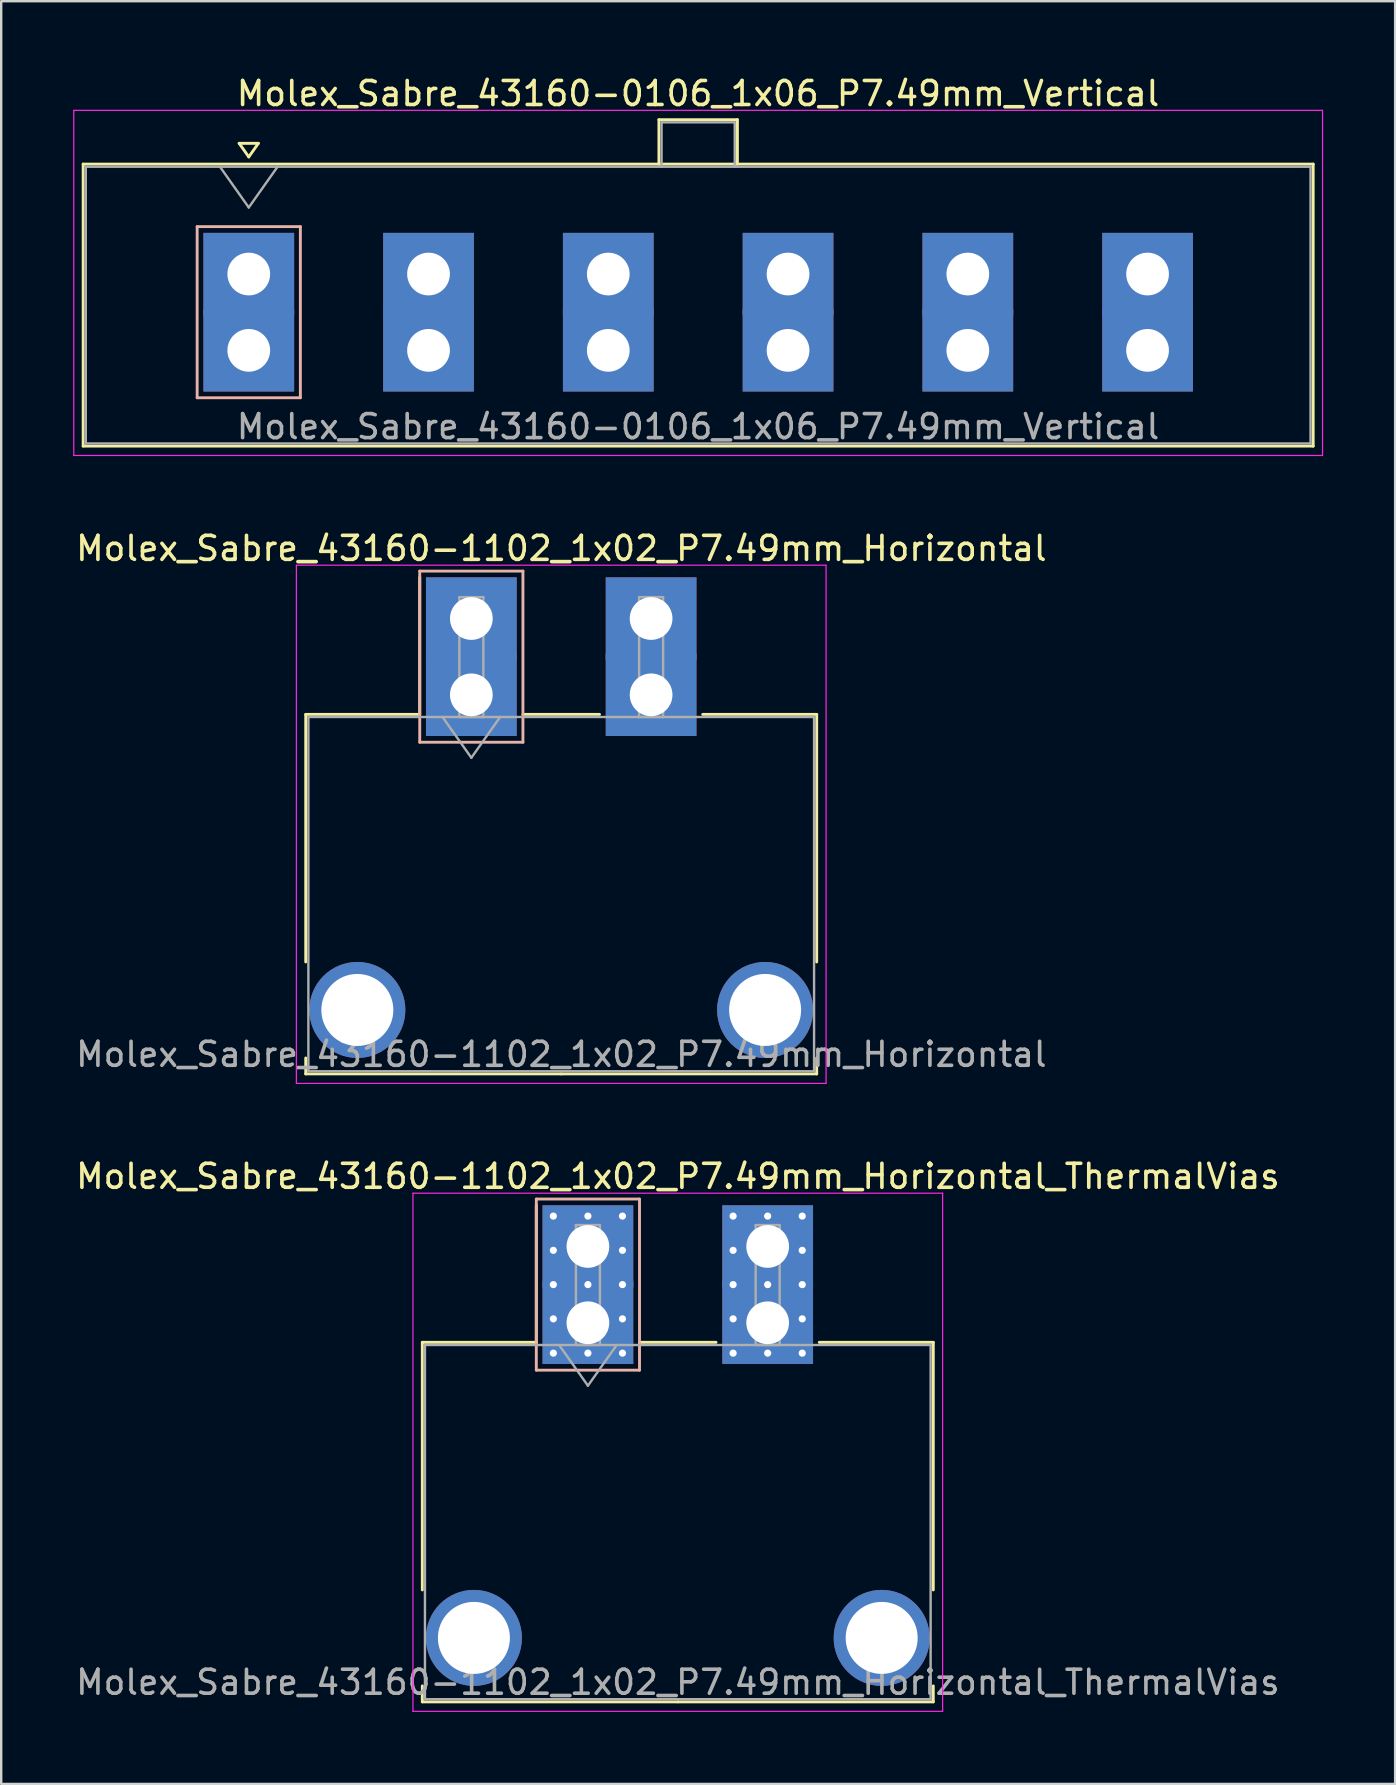
<source format=kicad_pcb>
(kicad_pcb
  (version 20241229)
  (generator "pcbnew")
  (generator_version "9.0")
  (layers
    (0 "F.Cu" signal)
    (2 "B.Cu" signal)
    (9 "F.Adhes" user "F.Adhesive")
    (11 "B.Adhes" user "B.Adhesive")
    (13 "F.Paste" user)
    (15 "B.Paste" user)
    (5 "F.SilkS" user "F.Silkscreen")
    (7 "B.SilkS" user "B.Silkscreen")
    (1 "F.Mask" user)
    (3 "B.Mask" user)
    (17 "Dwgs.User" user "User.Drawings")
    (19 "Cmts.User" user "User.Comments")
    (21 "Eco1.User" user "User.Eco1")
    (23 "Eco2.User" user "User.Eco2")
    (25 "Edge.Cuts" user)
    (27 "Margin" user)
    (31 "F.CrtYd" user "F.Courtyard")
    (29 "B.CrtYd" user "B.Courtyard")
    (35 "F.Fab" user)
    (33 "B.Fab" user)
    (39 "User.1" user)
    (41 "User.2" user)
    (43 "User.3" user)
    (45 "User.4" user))
  (footprint "Molex_Sabre_43160-0106_1x06_P7.49mm_Vertical"
    (layer "F.Cu")
    (at 7.315 11.548)
    (property "Reference" "Molex_Sabre_43160-0106_1x06_P7.49mm_Vertical" (at 18.72 -10.7 0) (layer "F.SilkS") (effects (font (size 1 1) (thickness 0.15))))
    (attr through_hole)
    (fp_line (start -6.9 -7.76) (end -6.9 3.99) (stroke (width 0.12) (type solid)) (layer "F.SilkS"))
    (fp_line (start -6.9 3.99) (end 44.35 3.99) (stroke (width 0.12) (type solid)) (layer "F.SilkS"))
    (fp_line (start -0.4 -8.626) (end 0 -8.06) (stroke (width 0.12) (type solid)) (layer "F.SilkS"))
    (fp_line (start 0 -8.06) (end 0.4 -8.626) (stroke (width 0.12) (type solid)) (layer "F.SilkS"))
    (fp_line (start 0.4 -8.626) (end -0.4 -8.626) (stroke (width 0.12) (type solid)) (layer "F.SilkS"))
    (fp_line (start 17.09 -9.61) (end 20.36 -9.61) (stroke (width 0.12) (type solid)) (layer "F.SilkS"))
    (fp_line (start 17.09 -7.76) (end 17.09 -9.61) (stroke (width 0.12) (type solid)) (layer "F.SilkS"))
    (fp_line (start 20.36 -9.61) (end 20.36 -7.76) (stroke (width 0.12) (type solid)) (layer "F.SilkS"))
    (fp_line (start 44.35 -7.76) (end -6.9 -7.76) (stroke (width 0.12) (type solid)) (layer "F.SilkS"))
    (fp_line (start 44.35 3.99) (end 44.35 -7.76) (stroke (width 0.12) (type solid)) (layer "F.SilkS"))
    (fp_line (start -2.15 -5.155) (end -2.15 1.975) (stroke (width 0.12) (type solid)) (layer "B.SilkS"))
    (fp_line (start -2.15 1.975) (end 2.15 1.975) (stroke (width 0.12) (type solid)) (layer "B.SilkS"))
    (fp_line (start 2.15 -5.155) (end -2.15 -5.155) (stroke (width 0.12) (type solid)) (layer "B.SilkS"))
    (fp_line (start 2.15 1.975) (end 2.15 -5.155) (stroke (width 0.12) (type solid)) (layer "B.SilkS"))
    (fp_line (start -7.29 -10) (end -7.29 4.38) (stroke (width 0.05) (type solid)) (layer "F.CrtYd"))
    (fp_line (start -7.29 4.38) (end 44.74 4.38) (stroke (width 0.05) (type solid)) (layer "F.CrtYd"))
    (fp_line (start 44.74 -10) (end -7.29 -10) (stroke (width 0.05) (type solid)) (layer "F.CrtYd"))
    (fp_line (start 44.74 4.38) (end 44.74 -10) (stroke (width 0.05) (type solid)) (layer "F.CrtYd"))
    (fp_line (start -6.79 -7.65) (end -6.79 3.88) (stroke (width 0.1) (type solid)) (layer "F.Fab"))
    (fp_line (start -6.79 3.88) (end 44.24 3.88) (stroke (width 0.1) (type solid)) (layer "F.Fab"))
    (fp_line (start -1.2 -7.65) (end 0 -5.953) (stroke (width 0.1) (type solid)) (layer "F.Fab"))
    (fp_line (start 0 -5.953) (end 1.2 -7.65) (stroke (width 0.1) (type solid)) (layer "F.Fab"))
    (fp_line (start 17.2 -9.5) (end 20.25 -9.5) (stroke (width 0.1) (type solid)) (layer "F.Fab"))
    (fp_line (start 17.2 -7.65) (end 17.2 -9.5) (stroke (width 0.1) (type solid)) (layer "F.Fab"))
    (fp_line (start 20.25 -9.5) (end 20.25 -7.65) (stroke (width 0.1) (type solid)) (layer "F.Fab"))
    (fp_line (start 44.24 -7.65) (end -6.79 -7.65) (stroke (width 0.1) (type solid)) (layer "F.Fab"))
    (fp_line (start 44.24 3.88) (end 44.24 -7.65) (stroke (width 0.1) (type solid)) (layer "F.Fab"))
    (fp_text user "${REFERENCE}" (at 18.72 3.18 0) (layer "F.Fab") (effects (font (size 1 1) (thickness 0.15))))
    (pad "1" thru_hole rect (at 0 -3.18) (size 3.78 3.43) (drill 1.78) (layers "*.Cu" "*.Mask"))
    (pad "1" thru_hole rect (at 0 0) (size 3.78 3.43) (drill 1.78) (layers "*.Cu" "*.Mask"))
    (pad "2" thru_hole rect (at 7.49 -3.18) (size 3.78 3.43) (drill 1.78) (layers "*.Cu" "*.Mask"))
    (pad "2" thru_hole rect (at 7.49 0) (size 3.78 3.43) (drill 1.78) (layers "*.Cu" "*.Mask"))
    (pad "3" thru_hole rect (at 14.98 -3.18) (size 3.78 3.43) (drill 1.78) (layers "*.Cu" "*.Mask"))
    (pad "3" thru_hole rect (at 14.98 0) (size 3.78 3.43) (drill 1.78) (layers "*.Cu" "*.Mask"))
    (pad "4" thru_hole rect (at 22.47 -3.18) (size 3.78 3.43) (drill 1.78) (layers "*.Cu" "*.Mask"))
    (pad "4" thru_hole rect (at 22.47 0) (size 3.78 3.43) (drill 1.78) (layers "*.Cu" "*.Mask"))
    (pad "5" thru_hole rect (at 29.96 -3.18) (size 3.78 3.43) (drill 1.78) (layers "*.Cu" "*.Mask"))
    (pad "5" thru_hole rect (at 29.96 0) (size 3.78 3.43) (drill 1.78) (layers "*.Cu" "*.Mask"))
    (pad "6" thru_hole rect (at 37.45 -3.18) (size 3.78 3.43) (drill 1.78) (layers "*.Cu" "*.Mask"))
    (pad "6" thru_hole rect (at 37.45 0) (size 3.78 3.43) (drill 1.78) (layers "*.Cu" "*.Mask")))
  (footprint "Molex_Sabre_43160-1102_1x02_P7.49mm_Horizontal"
    (layer "F.Cu")
    (at 16.589 25.901)
    (property "Reference" "Molex_Sabre_43160-1102_1x02_P7.49mm_Horizontal" (at 3.75 -6.1 0) (layer "F.SilkS") (effects (font (size 1 1) (thickness 0.15))))
    (attr through_hole)
    (fp_line (start -6.9 0.815) (end -6.9 11.13) (stroke (width 0.12) (type solid)) (layer "F.SilkS"))
    (fp_line (start -6.9 15.13) (end -6.9 15.795) (stroke (width 0.12) (type solid)) (layer "F.SilkS"))
    (fp_line (start -6.9 15.795) (end 3.745 15.795) (stroke (width 0.12) (type solid)) (layer "F.SilkS"))
    (fp_line (start -2.15 0.815) (end -6.9 0.815) (stroke (width 0.12) (type solid)) (layer "F.SilkS"))
    (fp_line (start -2.15 0.815) (end -2.15 -4.895) (stroke (width 0.12) (type solid)) (layer "F.SilkS"))
    (fp_line (start 2.15 0.815) (end 5.34 0.815) (stroke (width 0.12) (type solid)) (layer "F.SilkS"))
    (fp_line (start 9.64 0.815) (end 14.39 0.815) (stroke (width 0.12) (type solid)) (layer "F.SilkS"))
    (fp_line (start 14.39 0.815) (end 14.39 11.13) (stroke (width 0.12) (type solid)) (layer "F.SilkS"))
    (fp_line (start 14.39 15.13) (end 14.39 15.795) (stroke (width 0.12) (type solid)) (layer "F.SilkS"))
    (fp_line (start 14.39 15.795) (end 3.745 15.795) (stroke (width 0.12) (type solid)) (layer "F.SilkS"))
    (fp_line (start -2.15 -5.155) (end -2.15 1.975) (stroke (width 0.12) (type solid)) (layer "B.SilkS"))
    (fp_line (start -2.15 1.975) (end 2.15 1.975) (stroke (width 0.12) (type solid)) (layer "B.SilkS"))
    (fp_line (start 2.15 -5.155) (end -2.15 -5.155) (stroke (width 0.12) (type solid)) (layer "B.SilkS"))
    (fp_line (start 2.15 1.975) (end 2.15 -5.155) (stroke (width 0.12) (type solid)) (layer "B.SilkS"))
    (fp_line (start -7.29 -5.4) (end -7.29 16.19) (stroke (width 0.05) (type solid)) (layer "F.CrtYd"))
    (fp_line (start -7.29 16.19) (end 14.78 16.19) (stroke (width 0.05) (type solid)) (layer "F.CrtYd"))
    (fp_line (start 14.78 -5.4) (end -7.29 -5.4) (stroke (width 0.05) (type solid)) (layer "F.CrtYd"))
    (fp_line (start 14.78 16.19) (end 14.78 -5.4) (stroke (width 0.05) (type solid)) (layer "F.CrtYd"))
    (fp_line (start -6.79 0.925) (end -6.79 15.685) (stroke (width 0.1) (type solid)) (layer "F.Fab"))
    (fp_line (start -6.79 15.685) (end 14.28 15.685) (stroke (width 0.1) (type solid)) (layer "F.Fab"))
    (fp_line (start -1.2 0.925) (end 0 2.622) (stroke (width 0.1) (type solid)) (layer "F.Fab"))
    (fp_line (start -0.5 -4.07) (end 0.5 -4.07) (stroke (width 0.1) (type solid)) (layer "F.Fab"))
    (fp_line (start -0.5 0.925) (end -0.5 -4.07) (stroke (width 0.1) (type solid)) (layer "F.Fab"))
    (fp_line (start 0 2.622) (end 1.2 0.925) (stroke (width 0.1) (type solid)) (layer "F.Fab"))
    (fp_line (start 0.5 -4.07) (end 0.5 0.925) (stroke (width 0.1) (type solid)) (layer "F.Fab"))
    (fp_line (start 0.5 0.925) (end -0.5 0.925) (stroke (width 0.1) (type solid)) (layer "F.Fab"))
    (fp_line (start 6.99 -4.07) (end 7.99 -4.07) (stroke (width 0.1) (type solid)) (layer "F.Fab"))
    (fp_line (start 6.99 0.925) (end 6.99 -4.07) (stroke (width 0.1) (type solid)) (layer "F.Fab"))
    (fp_line (start 7.99 -4.07) (end 7.99 0.925) (stroke (width 0.1) (type solid)) (layer "F.Fab"))
    (fp_line (start 7.99 0.925) (end 6.99 0.925) (stroke (width 0.1) (type solid)) (layer "F.Fab"))
    (fp_line (start 14.28 0.925) (end -6.79 0.925) (stroke (width 0.1) (type solid)) (layer "F.Fab"))
    (fp_line (start 14.28 15.685) (end 14.28 0.925) (stroke (width 0.1) (type solid)) (layer "F.Fab"))
    (fp_text user "${REFERENCE}" (at 3.75 14.98 0) (layer "F.Fab") (effects (font (size 1 1) (thickness 0.15))))
    (pad "" thru_hole circle (at -4.75 13.13) (size 4 4) (drill 3) (layers "*.Cu" "*.Mask"))
    (pad "" thru_hole circle (at 12.24 13.13) (size 4 4) (drill 3) (layers "*.Cu" "*.Mask"))
    (pad "1" thru_hole rect (at 0 -3.18) (size 3.78 3.43) (drill 1.78) (layers "*.Cu" "*.Mask"))
    (pad "1" thru_hole rect (at 0 0) (size 3.78 3.43) (drill 1.78) (layers "*.Cu" "*.Mask"))
    (pad "2" thru_hole rect (at 7.49 -3.18) (size 3.78 3.43) (drill 1.78) (layers "*.Cu" "*.Mask"))
    (pad "2" thru_hole rect (at 7.49 0) (size 3.78 3.43) (drill 1.78) (layers "*.Cu" "*.Mask")))
  (footprint "Molex_Sabre_43160-1102_1x02_P7.49mm_Horizontal_ThermalVias"
    (layer "F.Cu")
    (at 21.446 52.065)
    (property "Reference" "Molex_Sabre_43160-1102_1x02_P7.49mm_Horizontal_ThermalVias" (at 3.75 -6.1 0) (layer "F.SilkS") (effects (font (size 1 1) (thickness 0.15))))
    (attr through_hole)
    (fp_line (start -6.9 0.815) (end -6.9 11.13) (stroke (width 0.12) (type solid)) (layer "F.SilkS"))
    (fp_line (start -6.9 15.13) (end -6.9 15.795) (stroke (width 0.12) (type solid)) (layer "F.SilkS"))
    (fp_line (start -6.9 15.795) (end 3.745 15.795) (stroke (width 0.12) (type solid)) (layer "F.SilkS"))
    (fp_line (start -2.15 0.815) (end -6.9 0.815) (stroke (width 0.12) (type solid)) (layer "F.SilkS"))
    (fp_line (start -2.15 0.815) (end -2.15 -4.895) (stroke (width 0.12) (type solid)) (layer "F.SilkS"))
    (fp_line (start 2.15 0.815) (end 5.34 0.815) (stroke (width 0.12) (type solid)) (layer "F.SilkS"))
    (fp_line (start 9.64 0.815) (end 14.39 0.815) (stroke (width 0.12) (type solid)) (layer "F.SilkS"))
    (fp_line (start 14.39 0.815) (end 14.39 11.13) (stroke (width 0.12) (type solid)) (layer "F.SilkS"))
    (fp_line (start 14.39 15.13) (end 14.39 15.795) (stroke (width 0.12) (type solid)) (layer "F.SilkS"))
    (fp_line (start 14.39 15.795) (end 3.745 15.795) (stroke (width 0.12) (type solid)) (layer "F.SilkS"))
    (fp_line (start -2.15 -5.155) (end -2.15 1.975) (stroke (width 0.12) (type solid)) (layer "B.SilkS"))
    (fp_line (start -2.15 1.975) (end 2.15 1.975) (stroke (width 0.12) (type solid)) (layer "B.SilkS"))
    (fp_line (start 2.15 -5.155) (end -2.15 -5.155) (stroke (width 0.12) (type solid)) (layer "B.SilkS"))
    (fp_line (start 2.15 1.975) (end 2.15 -5.155) (stroke (width 0.12) (type solid)) (layer "B.SilkS"))
    (fp_line (start -7.29 -5.4) (end -7.29 16.19) (stroke (width 0.05) (type solid)) (layer "F.CrtYd"))
    (fp_line (start -7.29 16.19) (end 14.78 16.19) (stroke (width 0.05) (type solid)) (layer "F.CrtYd"))
    (fp_line (start 14.78 -5.4) (end -7.29 -5.4) (stroke (width 0.05) (type solid)) (layer "F.CrtYd"))
    (fp_line (start 14.78 16.19) (end 14.78 -5.4) (stroke (width 0.05) (type solid)) (layer "F.CrtYd"))
    (fp_line (start -6.79 0.925) (end -6.79 15.685) (stroke (width 0.1) (type solid)) (layer "F.Fab"))
    (fp_line (start -6.79 15.685) (end 14.28 15.685) (stroke (width 0.1) (type solid)) (layer "F.Fab"))
    (fp_line (start -1.2 0.925) (end 0 2.622) (stroke (width 0.1) (type solid)) (layer "F.Fab"))
    (fp_line (start -0.5 -4.07) (end 0.5 -4.07) (stroke (width 0.1) (type solid)) (layer "F.Fab"))
    (fp_line (start -0.5 0.925) (end -0.5 -4.07) (stroke (width 0.1) (type solid)) (layer "F.Fab"))
    (fp_line (start 0 2.622) (end 1.2 0.925) (stroke (width 0.1) (type solid)) (layer "F.Fab"))
    (fp_line (start 0.5 -4.07) (end 0.5 0.925) (stroke (width 0.1) (type solid)) (layer "F.Fab"))
    (fp_line (start 0.5 0.925) (end -0.5 0.925) (stroke (width 0.1) (type solid)) (layer "F.Fab"))
    (fp_line (start 6.99 -4.07) (end 7.99 -4.07) (stroke (width 0.1) (type solid)) (layer "F.Fab"))
    (fp_line (start 6.99 0.925) (end 6.99 -4.07) (stroke (width 0.1) (type solid)) (layer "F.Fab"))
    (fp_line (start 7.99 -4.07) (end 7.99 0.925) (stroke (width 0.1) (type solid)) (layer "F.Fab"))
    (fp_line (start 7.99 0.925) (end 6.99 0.925) (stroke (width 0.1) (type solid)) (layer "F.Fab"))
    (fp_line (start 14.28 0.925) (end -6.79 0.925) (stroke (width 0.1) (type solid)) (layer "F.Fab"))
    (fp_line (start 14.28 15.685) (end 14.28 0.925) (stroke (width 0.1) (type solid)) (layer "F.Fab"))
    (fp_text user "${REFERENCE}" (at 3.75 14.98 0) (layer "F.Fab") (effects (font (size 1 1) (thickness 0.15))))
    (pad "" thru_hole circle (at -4.75 13.13) (size 4 4) (drill 3) (layers "*.Cu" "*.Mask"))
    (pad "" thru_hole circle (at 12.24 13.13) (size 4 4) (drill 3) (layers "*.Cu" "*.Mask"))
    (pad "1" thru_hole rect (at -1.44 -4.445) (size 0.6 0.6) (drill 0.3) (layers "*.Cu" "*.Mask"))
    (pad "1" thru_hole rect (at -1.44 -3.018) (size 0.6 0.6) (drill 0.3) (layers "*.Cu" "*.Mask"))
    (pad "1" thru_hole rect (at -1.44 -1.59) (size 0.6 0.6) (drill 0.3) (layers "*.Cu" "*.Mask"))
    (pad "1" thru_hole rect (at -1.44 -0.163) (size 0.6 0.6) (drill 0.3) (layers "*.Cu" "*.Mask"))
    (pad "1" thru_hole rect (at -1.44 1.265) (size 0.6 0.6) (drill 0.3) (layers "*.Cu" "*.Mask"))
    (pad "1" thru_hole rect (at 0 -4.445) (size 0.6 0.6) (drill 0.3) (layers "*.Cu" "*.Mask"))
    (pad "1" thru_hole rect (at 0 -3.18) (size 3.78 3.43) (drill 1.78) (layers "*.Cu" "*.Mask"))
    (pad "1" thru_hole rect (at 0 -1.59) (size 0.6 0.6) (drill 0.3) (layers "*.Cu" "*.Mask"))
    (pad "1" thru_hole rect (at 0 0) (size 3.78 3.43) (drill 1.78) (layers "*.Cu" "*.Mask"))
    (pad "1" thru_hole rect (at 0 1.265) (size 0.6 0.6) (drill 0.3) (layers "*.Cu" "*.Mask"))
    (pad "1" thru_hole rect (at 1.44 -4.445) (size 0.6 0.6) (drill 0.3) (layers "*.Cu" "*.Mask"))
    (pad "1" thru_hole rect (at 1.44 -3.018) (size 0.6 0.6) (drill 0.3) (layers "*.Cu" "*.Mask"))
    (pad "1" thru_hole rect (at 1.44 -1.59) (size 0.6 0.6) (drill 0.3) (layers "*.Cu" "*.Mask"))
    (pad "1" thru_hole rect (at 1.44 -0.163) (size 0.6 0.6) (drill 0.3) (layers "*.Cu" "*.Mask"))
    (pad "1" thru_hole rect (at 1.44 1.265) (size 0.6 0.6) (drill 0.3) (layers "*.Cu" "*.Mask"))
    (pad "2" thru_hole circle (at 6.05 -4.445) (size 0.6 0.6) (drill 0.3) (layers "*.Cu" "*.Mask"))
    (pad "2" thru_hole circle (at 6.05 -3.018) (size 0.6 0.6) (drill 0.3) (layers "*.Cu" "*.Mask"))
    (pad "2" thru_hole circle (at 6.05 -1.59) (size 0.6 0.6) (drill 0.3) (layers "*.Cu" "*.Mask"))
    (pad "2" thru_hole circle (at 6.05 -0.163) (size 0.6 0.6) (drill 0.3) (layers "*.Cu" "*.Mask"))
    (pad "2" thru_hole circle (at 6.05 1.265) (size 0.6 0.6) (drill 0.3) (layers "*.Cu" "*.Mask"))
    (pad "2" thru_hole circle (at 7.49 -4.445) (size 0.6 0.6) (drill 0.3) (layers "*.Cu" "*.Mask"))
    (pad "2" thru_hole rect (at 7.49 -3.18) (size 3.78 3.43) (drill 1.78) (layers "*.Cu" "*.Mask"))
    (pad "2" thru_hole circle (at 7.49 -1.59) (size 0.6 0.6) (drill 0.3) (layers "*.Cu" "*.Mask"))
    (pad "2" thru_hole rect (at 7.49 0) (size 3.78 3.43) (drill 1.78) (layers "*.Cu" "*.Mask"))
    (pad "2" thru_hole circle (at 7.49 1.265) (size 0.6 0.6) (drill 0.3) (layers "*.Cu" "*.Mask"))
    (pad "2" thru_hole circle (at 8.93 -4.445) (size 0.6 0.6) (drill 0.3) (layers "*.Cu" "*.Mask"))
    (pad "2" thru_hole circle (at 8.93 -3.018) (size 0.6 0.6) (drill 0.3) (layers "*.Cu" "*.Mask"))
    (pad "2" thru_hole circle (at 8.93 -1.59) (size 0.6 0.6) (drill 0.3) (layers "*.Cu" "*.Mask"))
    (pad "2" thru_hole circle (at 8.93 -0.163) (size 0.6 0.6) (drill 0.3) (layers "*.Cu" "*.Mask"))
    (pad "2" thru_hole circle (at 8.93 1.265) (size 0.6 0.6) (drill 0.3) (layers "*.Cu" "*.Mask")))
  (gr_rect
    (start -3 -3)
    (end 55.08 71.28)
    (stroke (width 0.1) (type default))
    (fill no)
    (layer "Edge.Cuts")))
</source>
